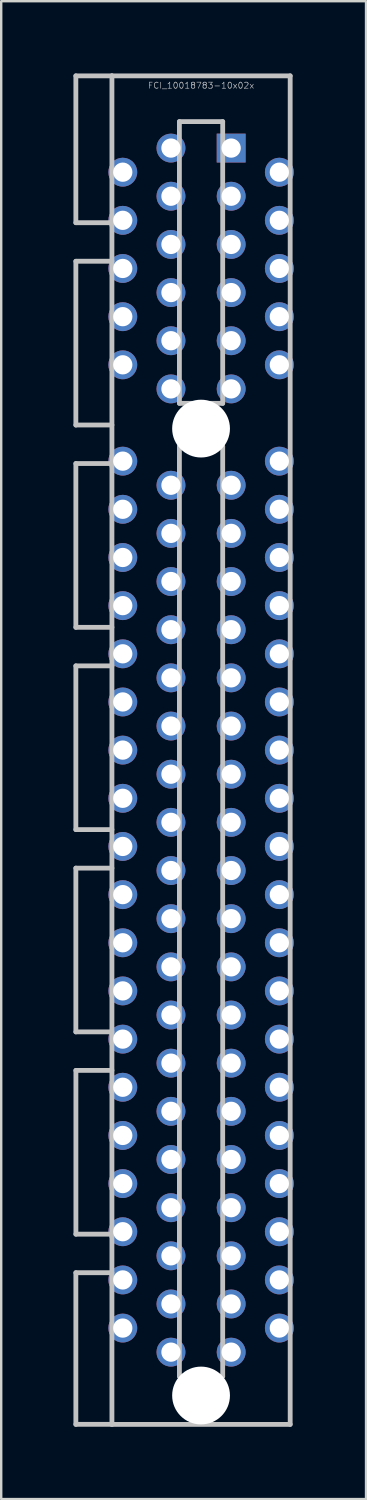
<source format=kicad_pcb>
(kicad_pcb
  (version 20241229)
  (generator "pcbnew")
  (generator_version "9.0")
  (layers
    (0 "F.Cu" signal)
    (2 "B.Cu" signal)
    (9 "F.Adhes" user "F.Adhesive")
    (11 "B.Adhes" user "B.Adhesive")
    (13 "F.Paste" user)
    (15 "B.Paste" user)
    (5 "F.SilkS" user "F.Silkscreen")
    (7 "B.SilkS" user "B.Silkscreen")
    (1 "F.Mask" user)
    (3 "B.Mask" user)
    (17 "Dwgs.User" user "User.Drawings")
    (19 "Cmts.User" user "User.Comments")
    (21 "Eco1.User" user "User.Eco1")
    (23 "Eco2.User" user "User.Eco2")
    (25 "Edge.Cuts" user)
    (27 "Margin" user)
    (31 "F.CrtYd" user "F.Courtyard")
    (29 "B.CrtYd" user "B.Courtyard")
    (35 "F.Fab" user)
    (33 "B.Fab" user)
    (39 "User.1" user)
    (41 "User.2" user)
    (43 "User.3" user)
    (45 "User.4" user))
  (footprint "FCI_10018783-10x02x"
    (layer "F.Cu")
    (at 5.299 12.599)
    (property "Reference" "FCI_10018783-10x02x" (at 0 -12.1 180) (layer "Dwgs.User") (effects (font (size 0.254 0.254) (thickness 0.025))))
    (attr through_hole)
    (fp_line (start -5.199 -6.401) (end -5.199 -12.499) (stroke (width 0.2) (type solid)) (layer "Dwgs.User"))
    (fp_line (start -5.199 -6.401) (end -3.701 -6.401) (stroke (width 0.2) (type solid)) (layer "Dwgs.User"))
    (fp_line (start -5.199 -4.798) (end -5.199 2.002) (stroke (width 0.2) (type solid)) (layer "Dwgs.User"))
    (fp_line (start -5.199 1.999) (end -3.701 1.999) (stroke (width 0.2) (type solid)) (layer "Dwgs.User"))
    (fp_line (start -5.199 3.602) (end -5.199 10.401) (stroke (width 0.2) (type solid)) (layer "Dwgs.User"))
    (fp_line (start -5.199 10.401) (end -3.701 10.401) (stroke (width 0.2) (type solid)) (layer "Dwgs.User"))
    (fp_line (start -5.199 12.002) (end -5.199 18.801) (stroke (width 0.2) (type solid)) (layer "Dwgs.User"))
    (fp_line (start -5.199 12.002) (end -3.701 12.002) (stroke (width 0.2) (type solid)) (layer "Dwgs.User"))
    (fp_line (start -5.199 18.801) (end -3.701 18.801) (stroke (width 0.2) (type solid)) (layer "Dwgs.User"))
    (fp_line (start -5.199 20.401) (end -5.199 27.201) (stroke (width 0.2) (type solid)) (layer "Dwgs.User"))
    (fp_line (start -5.199 27.201) (end -3.701 27.201) (stroke (width 0.2) (type solid)) (layer "Dwgs.User"))
    (fp_line (start -5.199 35.601) (end -3.701 35.601) (stroke (width 0.2) (type solid)) (layer "Dwgs.User"))
    (fp_line (start -5.199 37.201) (end -5.199 43.5) (stroke (width 0.2) (type solid)) (layer "Dwgs.User"))
    (fp_line (start -5.199 37.201) (end -3.701 37.201) (stroke (width 0.2) (type solid)) (layer "Dwgs.User"))
    (fp_line (start -5.199 43.498) (end -3.701 43.498) (stroke (width 0.2) (type solid)) (layer "Dwgs.User"))
    (fp_line (start -5.197 28.801) (end -5.197 35.601) (stroke (width 0.2) (type solid)) (layer "Dwgs.User"))
    (fp_line (start -3.701 -12.499) (end -5.199 -12.499) (stroke (width 0.2) (type solid)) (layer "Dwgs.User"))
    (fp_line (start -3.701 -12.499) (end -3.701 43.5) (stroke (width 0.2) (type solid)) (layer "Dwgs.User"))
    (fp_line (start -3.701 -4.801) (end -5.199 -4.801) (stroke (width 0.2) (type solid)) (layer "Dwgs.User"))
    (fp_line (start -3.701 3.599) (end -5.199 3.599) (stroke (width 0.2) (type solid)) (layer "Dwgs.User"))
    (fp_line (start -3.701 20.401) (end -5.199 20.401) (stroke (width 0.2) (type solid)) (layer "Dwgs.User"))
    (fp_line (start -3.701 28.801) (end -5.199 28.801) (stroke (width 0.2) (type solid)) (layer "Dwgs.User"))
    (fp_line (start -3.701 43.5) (end 3.701 43.5) (stroke (width 0.2) (type solid)) (layer "Dwgs.User"))
    (fp_line (start -0.899 1.1) (end -0.899 -10.599) (stroke (width 0.2) (type solid)) (layer "Dwgs.User"))
    (fp_line (start -0.899 1.1) (end 0.899 1.1) (stroke (width 0.2) (type solid)) (layer "Dwgs.User"))
    (fp_line (start -0.899 2.901) (end -0.899 41.501) (stroke (width 0.2) (type solid)) (layer "Dwgs.User"))
    (fp_line (start -0.899 2.901) (end 0.899 2.901) (stroke (width 0.2) (type solid)) (layer "Dwgs.User"))
    (fp_line (start 0.899 -10.599) (end -0.899 -10.599) (stroke (width 0.2) (type solid)) (layer "Dwgs.User"))
    (fp_line (start 0.899 -10.599) (end 0.899 1.1) (stroke (width 0.2) (type solid)) (layer "Dwgs.User"))
    (fp_line (start 0.899 41.501) (end 0.899 2.901) (stroke (width 0.2) (type solid)) (layer "Dwgs.User"))
    (fp_line (start 0.899 41.504) (end -0.899 41.504) (stroke (width 0.2) (type solid)) (layer "Dwgs.User"))
    (fp_line (start 3.701 -12.499) (end -3.701 -12.499) (stroke (width 0.2) (type solid)) (layer "Dwgs.User"))
    (fp_line (start 3.701 43.5) (end 3.701 -12.499) (stroke (width 0.2) (type solid)) (layer "Dwgs.User"))
    (pad "" np_thru_hole circle (at 0 2.149 270) (size 2.4 2.4) (drill 2.4) (layers "*.Cu" "*.Mask"))
    (pad "" np_thru_hole circle (at 0 42.301 270) (size 2.4 2.4) (drill 2.4) (layers "*.Cu" "*.Mask"))
    (pad "A1" thru_hole rect (at 1.25 -9.5) (size 1.199 1.199) (drill 0.8) (layers "*.Cu" "*.Mask"))
    (pad "A2" thru_hole circle (at 3.251 -8.499 270) (size 1.199 1.199) (drill 0.8) (layers "*.Cu" "*.Mask"))
    (pad "A3" thru_hole circle (at 1.25 -7.501 270) (size 1.199 1.199) (drill 0.8) (layers "*.Cu" "*.Mask"))
    (pad "A4" thru_hole circle (at 3.251 -6.5 270) (size 1.199 1.199) (drill 0.8) (layers "*.Cu" "*.Mask"))
    (pad "A5" thru_hole circle (at 1.25 -5.499 270) (size 1.199 1.199) (drill 0.8) (layers "*.Cu" "*.Mask"))
    (pad "A6" thru_hole circle (at 3.251 -4.501 270) (size 1.199 1.199) (drill 0.8) (layers "*.Cu" "*.Mask"))
    (pad "A7" thru_hole circle (at 1.25 -3.5 270) (size 1.199 1.199) (drill 0.8) (layers "*.Cu" "*.Mask"))
    (pad "A8" thru_hole circle (at 3.251 -2.499 270) (size 1.199 1.199) (drill 0.8) (layers "*.Cu" "*.Mask"))
    (pad "A9" thru_hole circle (at 1.25 -1.501 270) (size 1.199 1.199) (drill 0.8) (layers "*.Cu" "*.Mask"))
    (pad "A10" thru_hole circle (at 3.251 -0.5 270) (size 1.199 1.199) (drill 0.8) (layers "*.Cu" "*.Mask"))
    (pad "A11" thru_hole circle (at 1.25 0.5 270) (size 1.199 1.199) (drill 0.8) (layers "*.Cu" "*.Mask"))
    (pad "A12" thru_hole circle (at 3.251 3.5 270) (size 1.199 1.199) (drill 0.8) (layers "*.Cu" "*.Mask"))
    (pad "A13" thru_hole circle (at 1.25 4.501 270) (size 1.199 1.199) (drill 0.8) (layers "*.Cu" "*.Mask"))
    (pad "A14" thru_hole circle (at 3.251 5.499 270) (size 1.199 1.199) (drill 0.8) (layers "*.Cu" "*.Mask"))
    (pad "A15" thru_hole circle (at 1.25 6.5 270) (size 1.199 1.199) (drill 0.8) (layers "*.Cu" "*.Mask"))
    (pad "A16" thru_hole circle (at 3.251 7.501 270) (size 1.199 1.199) (drill 0.8) (layers "*.Cu" "*.Mask"))
    (pad "A17" thru_hole circle (at 1.25 8.499 270) (size 1.199 1.199) (drill 0.8) (layers "*.Cu" "*.Mask"))
    (pad "A18" thru_hole circle (at 3.251 9.5 270) (size 1.199 1.199) (drill 0.8) (layers "*.Cu" "*.Mask"))
    (pad "A19" thru_hole circle (at 1.25 10.5 270) (size 1.199 1.199) (drill 0.8) (layers "*.Cu" "*.Mask"))
    (pad "A20" thru_hole circle (at 3.251 11.501 270) (size 1.199 1.199) (drill 0.8) (layers "*.Cu" "*.Mask"))
    (pad "A21" thru_hole circle (at 1.25 12.499 270) (size 1.199 1.199) (drill 0.8) (layers "*.Cu" "*.Mask"))
    (pad "A22" thru_hole circle (at 3.251 13.5 270) (size 1.199 1.199) (drill 0.8) (layers "*.Cu" "*.Mask"))
    (pad "A23" thru_hole circle (at 1.25 14.501 270) (size 1.199 1.199) (drill 0.8) (layers "*.Cu" "*.Mask"))
    (pad "A24" thru_hole circle (at 3.251 15.499 270) (size 1.199 1.199) (drill 0.8) (layers "*.Cu" "*.Mask"))
    (pad "A25" thru_hole circle (at 1.25 16.5 270) (size 1.199 1.199) (drill 0.8) (layers "*.Cu" "*.Mask"))
    (pad "A26" thru_hole circle (at 3.251 17.501 270) (size 1.199 1.199) (drill 0.8) (layers "*.Cu" "*.Mask"))
    (pad "A27" thru_hole circle (at 1.25 18.499 270) (size 1.199 1.199) (drill 0.8) (layers "*.Cu" "*.Mask"))
    (pad "A28" thru_hole circle (at 3.251 19.5 270) (size 1.199 1.199) (drill 0.8) (layers "*.Cu" "*.Mask"))
    (pad "A29" thru_hole circle (at 1.25 20.5 270) (size 1.199 1.199) (drill 0.8) (layers "*.Cu" "*.Mask"))
    (pad "A30" thru_hole circle (at 3.251 21.501 270) (size 1.199 1.199) (drill 0.8) (layers "*.Cu" "*.Mask"))
    (pad "A31" thru_hole circle (at 1.25 22.499 270) (size 1.199 1.199) (drill 0.8) (layers "*.Cu" "*.Mask"))
    (pad "A32" thru_hole circle (at 3.251 23.5 270) (size 1.199 1.199) (drill 0.8) (layers "*.Cu" "*.Mask"))
    (pad "A33" thru_hole circle (at 1.25 24.501 270) (size 1.199 1.199) (drill 0.8) (layers "*.Cu" "*.Mask"))
    (pad "A34" thru_hole circle (at 3.251 25.499 270) (size 1.199 1.199) (drill 0.8) (layers "*.Cu" "*.Mask"))
    (pad "A35" thru_hole circle (at 1.25 26.5 270) (size 1.199 1.199) (drill 0.8) (layers "*.Cu" "*.Mask"))
    (pad "A36" thru_hole circle (at 3.251 27.501 270) (size 1.199 1.199) (drill 0.8) (layers "*.Cu" "*.Mask"))
    (pad "A37" thru_hole circle (at 1.25 28.499 270) (size 1.199 1.199) (drill 0.8) (layers "*.Cu" "*.Mask"))
    (pad "A38" thru_hole circle (at 3.251 29.5 270) (size 1.199 1.199) (drill 0.8) (layers "*.Cu" "*.Mask"))
    (pad "A39" thru_hole circle (at 1.25 30.5 270) (size 1.199 1.199) (drill 0.8) (layers "*.Cu" "*.Mask"))
    (pad "A40" thru_hole circle (at 3.251 31.501 270) (size 1.199 1.199) (drill 0.8) (layers "*.Cu" "*.Mask"))
    (pad "A41" thru_hole circle (at 1.25 32.499 270) (size 1.199 1.199) (drill 0.8) (layers "*.Cu" "*.Mask"))
    (pad "A42" thru_hole circle (at 3.251 33.5 270) (size 1.199 1.199) (drill 0.8) (layers "*.Cu" "*.Mask"))
    (pad "A43" thru_hole circle (at 1.25 34.501 270) (size 1.199 1.199) (drill 0.8) (layers "*.Cu" "*.Mask"))
    (pad "A44" thru_hole circle (at 3.251 35.499 270) (size 1.199 1.199) (drill 0.8) (layers "*.Cu" "*.Mask"))
    (pad "A45" thru_hole circle (at 1.25 36.5 270) (size 1.199 1.199) (drill 0.8) (layers "*.Cu" "*.Mask"))
    (pad "A46" thru_hole circle (at 3.251 37.501 270) (size 1.199 1.199) (drill 0.8) (layers "*.Cu" "*.Mask"))
    (pad "A47" thru_hole circle (at 1.25 38.499 270) (size 1.199 1.199) (drill 0.8) (layers "*.Cu" "*.Mask"))
    (pad "A48" thru_hole circle (at 3.251 39.5 270) (size 1.199 1.199) (drill 0.8) (layers "*.Cu" "*.Mask"))
    (pad "A49" thru_hole circle (at 1.25 40.5 270) (size 1.199 1.199) (drill 0.8) (layers "*.Cu" "*.Mask"))
    (pad "B1" thru_hole circle (at -1.25 -9.5 270) (size 1.199 1.199) (drill 0.8) (layers "*.Cu" "*.Mask"))
    (pad "B2" thru_hole circle (at -3.251 -8.499 270) (size 1.199 1.199) (drill 0.8) (layers "*.Cu" "*.Mask"))
    (pad "B3" thru_hole circle (at -1.25 -7.501 270) (size 1.199 1.199) (drill 0.8) (layers "*.Cu" "*.Mask"))
    (pad "B4" thru_hole circle (at -3.251 -6.5 270) (size 1.199 1.199) (drill 0.8) (layers "*.Cu" "*.Mask"))
    (pad "B5" thru_hole circle (at -1.25 -5.499 270) (size 1.199 1.199) (drill 0.8) (layers "*.Cu" "*.Mask"))
    (pad "B6" thru_hole circle (at -3.251 -4.501 270) (size 1.199 1.199) (drill 0.8) (layers "*.Cu" "*.Mask"))
    (pad "B7" thru_hole circle (at -1.25 -3.5 270) (size 1.199 1.199) (drill 0.8) (layers "*.Cu" "*.Mask"))
    (pad "B8" thru_hole circle (at -3.251 -2.499 270) (size 1.199 1.199) (drill 0.8) (layers "*.Cu" "*.Mask"))
    (pad "B9" thru_hole circle (at -1.25 -1.501 270) (size 1.199 1.199) (drill 0.8) (layers "*.Cu" "*.Mask"))
    (pad "B10" thru_hole circle (at -3.251 -0.5 270) (size 1.199 1.199) (drill 0.8) (layers "*.Cu" "*.Mask"))
    (pad "B11" thru_hole circle (at -1.25 0.5 270) (size 1.199 1.199) (drill 0.8) (layers "*.Cu" "*.Mask"))
    (pad "B12" thru_hole circle (at -3.251 3.5 270) (size 1.199 1.199) (drill 0.8) (layers "*.Cu" "*.Mask"))
    (pad "B13" thru_hole circle (at -1.25 4.501 270) (size 1.199 1.199) (drill 0.8) (layers "*.Cu" "*.Mask"))
    (pad "B14" thru_hole circle (at -3.251 5.499 270) (size 1.199 1.199) (drill 0.8) (layers "*.Cu" "*.Mask"))
    (pad "B15" thru_hole circle (at -1.25 6.5 270) (size 1.199 1.199) (drill 0.8) (layers "*.Cu" "*.Mask"))
    (pad "B16" thru_hole circle (at -3.251 7.501 270) (size 1.199 1.199) (drill 0.8) (layers "*.Cu" "*.Mask"))
    (pad "B17" thru_hole circle (at -1.25 8.499 270) (size 1.199 1.199) (drill 0.8) (layers "*.Cu" "*.Mask"))
    (pad "B18" thru_hole circle (at -3.251 9.5 270) (size 1.199 1.199) (drill 0.8) (layers "*.Cu" "*.Mask"))
    (pad "B19" thru_hole circle (at -1.25 10.5 270) (size 1.199 1.199) (drill 0.8) (layers "*.Cu" "*.Mask"))
    (pad "B20" thru_hole circle (at -3.251 11.501 270) (size 1.199 1.199) (drill 0.8) (layers "*.Cu" "*.Mask"))
    (pad "B21" thru_hole circle (at -1.25 12.499 270) (size 1.199 1.199) (drill 0.8) (layers "*.Cu" "*.Mask"))
    (pad "B22" thru_hole circle (at -3.251 13.5 270) (size 1.199 1.199) (drill 0.8) (layers "*.Cu" "*.Mask"))
    (pad "B23" thru_hole circle (at -1.25 14.501 270) (size 1.199 1.199) (drill 0.8) (layers "*.Cu" "*.Mask"))
    (pad "B24" thru_hole circle (at -3.251 15.499 270) (size 1.199 1.199) (drill 0.8) (layers "*.Cu" "*.Mask"))
    (pad "B25" thru_hole circle (at -1.25 16.5 270) (size 1.199 1.199) (drill 0.8) (layers "*.Cu" "*.Mask"))
    (pad "B26" thru_hole circle (at -3.251 17.501 270) (size 1.199 1.199) (drill 0.8) (layers "*.Cu" "*.Mask"))
    (pad "B27" thru_hole circle (at -1.25 18.499 270) (size 1.199 1.199) (drill 0.8) (layers "*.Cu" "*.Mask"))
    (pad "B28" thru_hole circle (at -3.251 19.5 270) (size 1.199 1.199) (drill 0.8) (layers "*.Cu" "*.Mask"))
    (pad "B29" thru_hole circle (at -1.25 20.5 270) (size 1.199 1.199) (drill 0.8) (layers "*.Cu" "*.Mask"))
    (pad "B30" thru_hole circle (at -3.251 21.501 270) (size 1.199 1.199) (drill 0.8) (layers "*.Cu" "*.Mask"))
    (pad "B31" thru_hole circle (at -1.25 22.499 270) (size 1.199 1.199) (drill 0.8) (layers "*.Cu" "*.Mask"))
    (pad "B32" thru_hole circle (at -3.251 23.5 270) (size 1.199 1.199) (drill 0.8) (layers "*.Cu" "*.Mask"))
    (pad "B33" thru_hole circle (at -1.25 24.501 270) (size 1.199 1.199) (drill 0.8) (layers "*.Cu" "*.Mask"))
    (pad "B34" thru_hole circle (at -3.251 25.499 270) (size 1.199 1.199) (drill 0.8) (layers "*.Cu" "*.Mask"))
    (pad "B35" thru_hole circle (at -1.25 26.5 270) (size 1.199 1.199) (drill 0.8) (layers "*.Cu" "*.Mask"))
    (pad "B36" thru_hole circle (at -3.251 27.501 270) (size 1.199 1.199) (drill 0.8) (layers "*.Cu" "*.Mask"))
    (pad "B37" thru_hole circle (at -1.25 28.499 270) (size 1.199 1.199) (drill 0.8) (layers "*.Cu" "*.Mask"))
    (pad "B38" thru_hole circle (at -3.251 29.5 270) (size 1.199 1.199) (drill 0.8) (layers "*.Cu" "*.Mask"))
    (pad "B39" thru_hole circle (at -1.25 30.5 270) (size 1.199 1.199) (drill 0.8) (layers "*.Cu" "*.Mask"))
    (pad "B40" thru_hole circle (at -3.251 31.501 270) (size 1.199 1.199) (drill 0.8) (layers "*.Cu" "*.Mask"))
    (pad "B41" thru_hole circle (at -1.25 32.499 270) (size 1.199 1.199) (drill 0.8) (layers "*.Cu" "*.Mask"))
    (pad "B42" thru_hole circle (at -3.251 33.5 270) (size 1.199 1.199) (drill 0.8) (layers "*.Cu" "*.Mask"))
    (pad "B43" thru_hole circle (at -1.25 34.501 270) (size 1.199 1.199) (drill 0.8) (layers "*.Cu" "*.Mask"))
    (pad "B44" thru_hole circle (at -3.251 35.499 270) (size 1.199 1.199) (drill 0.8) (layers "*.Cu" "*.Mask"))
    (pad "B45" thru_hole circle (at -1.25 36.5 270) (size 1.199 1.199) (drill 0.8) (layers "*.Cu" "*.Mask"))
    (pad "B46" thru_hole circle (at -3.251 37.501 270) (size 1.199 1.199) (drill 0.8) (layers "*.Cu" "*.Mask"))
    (pad "B47" thru_hole circle (at -1.25 38.499 270) (size 1.199 1.199) (drill 0.8) (layers "*.Cu" "*.Mask"))
    (pad "B48" thru_hole circle (at -3.251 39.5 270) (size 1.199 1.199) (drill 0.8) (layers "*.Cu" "*.Mask"))
    (pad "B49" thru_hole circle (at -1.25 40.5 270) (size 1.199 1.199) (drill 0.8) (layers "*.Cu" "*.Mask")))
  (gr_rect
    (start -3 -3)
    (end 12.15 59.199)
    (stroke (width 0.1) (type default))
    (fill no)
    (layer "Edge.Cuts")))
</source>
